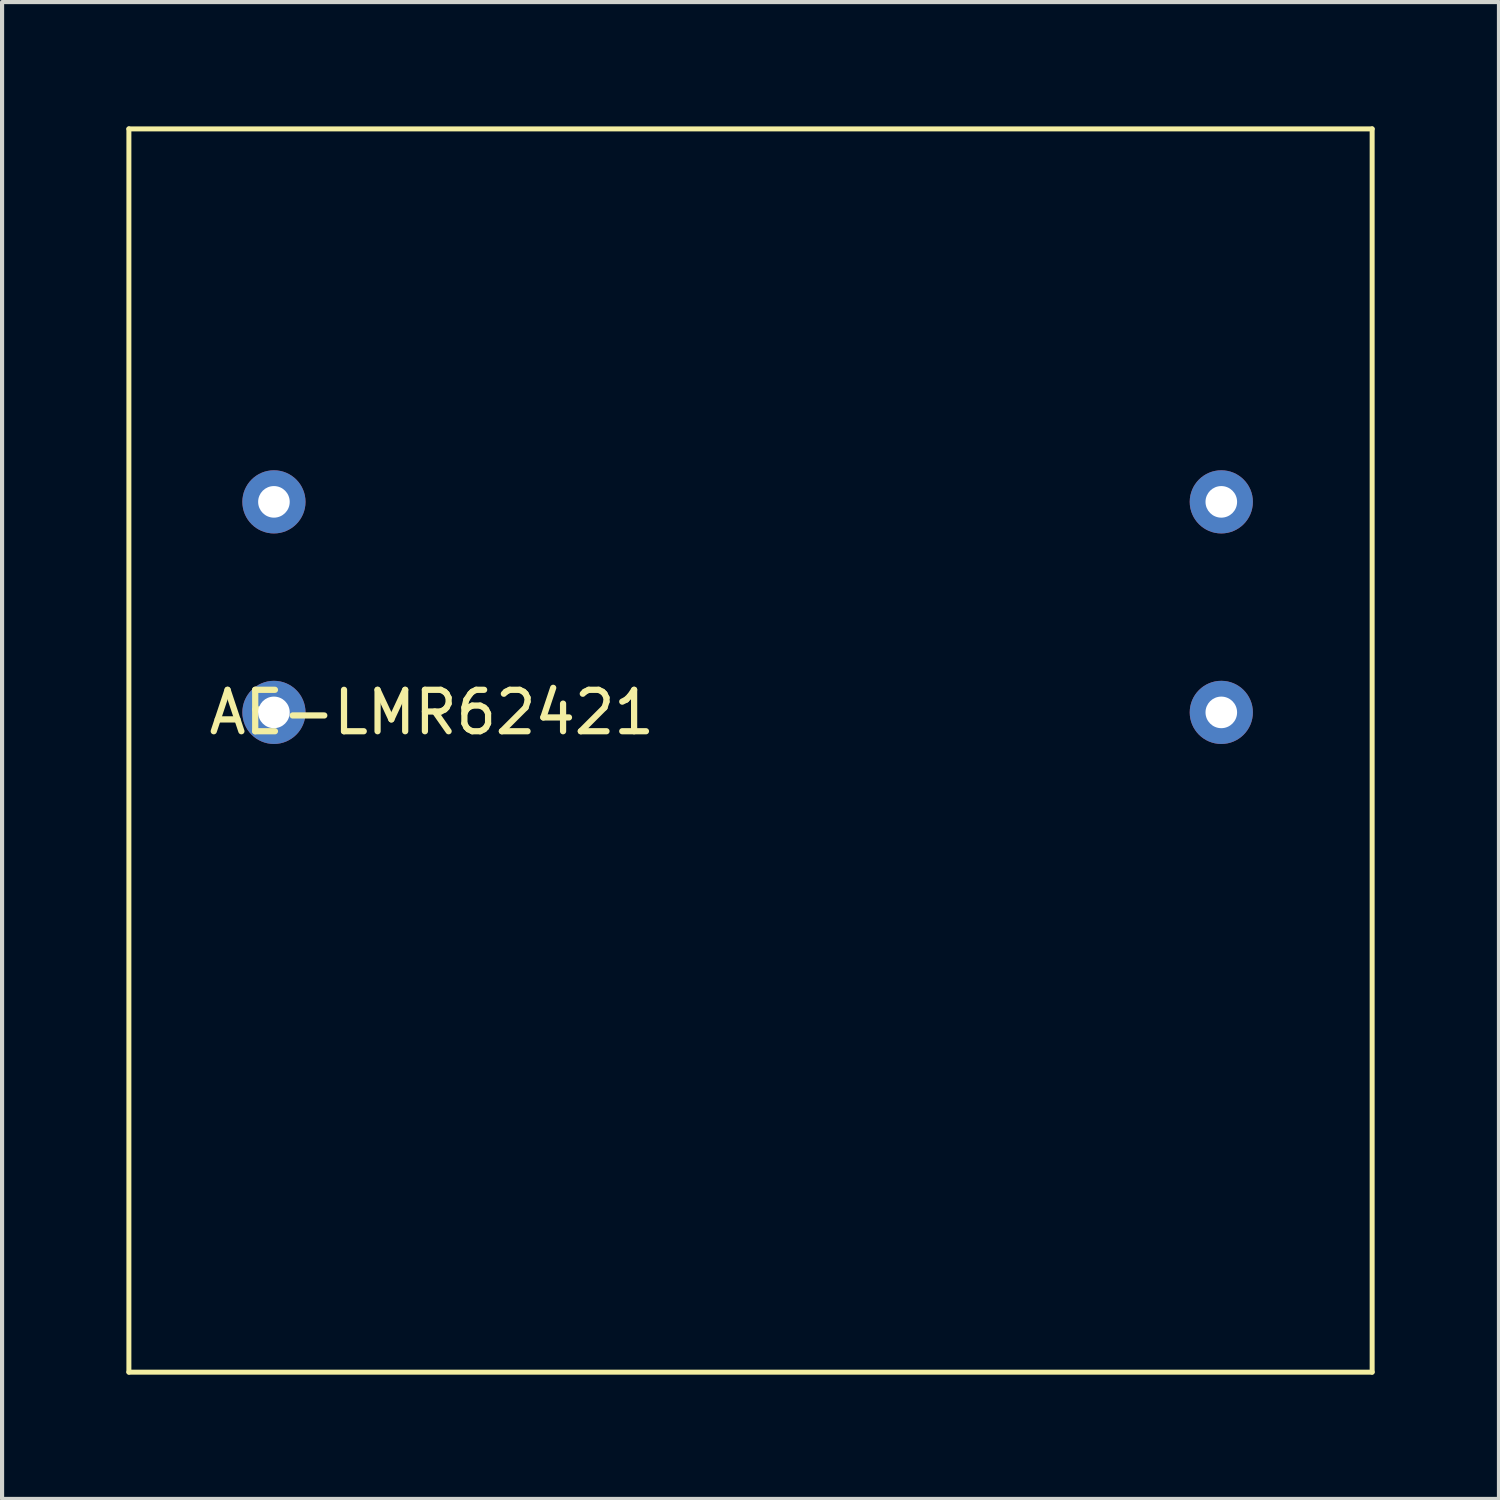
<source format=kicad_pcb>
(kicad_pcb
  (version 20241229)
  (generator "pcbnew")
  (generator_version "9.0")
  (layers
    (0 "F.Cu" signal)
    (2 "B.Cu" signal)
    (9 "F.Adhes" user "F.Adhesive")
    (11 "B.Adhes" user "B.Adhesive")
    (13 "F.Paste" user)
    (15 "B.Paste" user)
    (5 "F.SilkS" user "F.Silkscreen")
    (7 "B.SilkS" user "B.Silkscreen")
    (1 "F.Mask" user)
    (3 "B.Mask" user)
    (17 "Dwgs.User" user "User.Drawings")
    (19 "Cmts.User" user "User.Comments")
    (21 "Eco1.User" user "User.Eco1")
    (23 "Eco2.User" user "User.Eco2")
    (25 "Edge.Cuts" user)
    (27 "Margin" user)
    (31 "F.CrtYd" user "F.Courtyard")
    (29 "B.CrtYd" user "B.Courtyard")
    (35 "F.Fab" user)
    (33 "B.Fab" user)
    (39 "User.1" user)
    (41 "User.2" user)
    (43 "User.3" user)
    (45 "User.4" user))
  (footprint "AE-LMR62421"
    (layer "F.Cu")
    (at 3.56 9.06)
    (property "Reference" "AE-LMR62421" (at 3.81 5.08 180) (layer "F.SilkS") (effects (font (size 1 1) (thickness 0.15))))
    (attr through_hole)
    (fp_line (start -3.5 -9) (end -3.5 21) (stroke (width 0.12) (type solid)) (layer "F.SilkS"))
    (fp_line (start -3.5 -9) (end 26.5 -9) (stroke (width 0.12) (type solid)) (layer "F.SilkS"))
    (fp_line (start 26.5 -9) (end 26.5 21) (stroke (width 0.12) (type solid)) (layer "F.SilkS"))
    (fp_line (start 26.5 21) (end -3.5 21) (stroke (width 0.12) (type solid)) (layer "F.SilkS"))
    (pad "1" thru_hole circle (at 0 0) (size 1.524 1.524) (drill 0.762) (layers "*.Cu" "*.Mask"))
    (pad "2" thru_hole circle (at 0 5.08) (size 1.524 1.524) (drill 0.762) (layers "*.Cu" "*.Mask"))
    (pad "3" thru_hole circle (at 22.86 5.08) (size 1.524 1.524) (drill 0.762) (layers "*.Cu" "*.Mask"))
    (pad "4" thru_hole circle (at 22.86 0) (size 1.524 1.524) (drill 0.762) (layers "*.Cu" "*.Mask")))
  (gr_rect
    (start -3 -3)
    (end 33.12 33.12)
    (stroke (width 0.1) (type default))
    (fill no)
    (layer "Edge.Cuts")))
</source>
